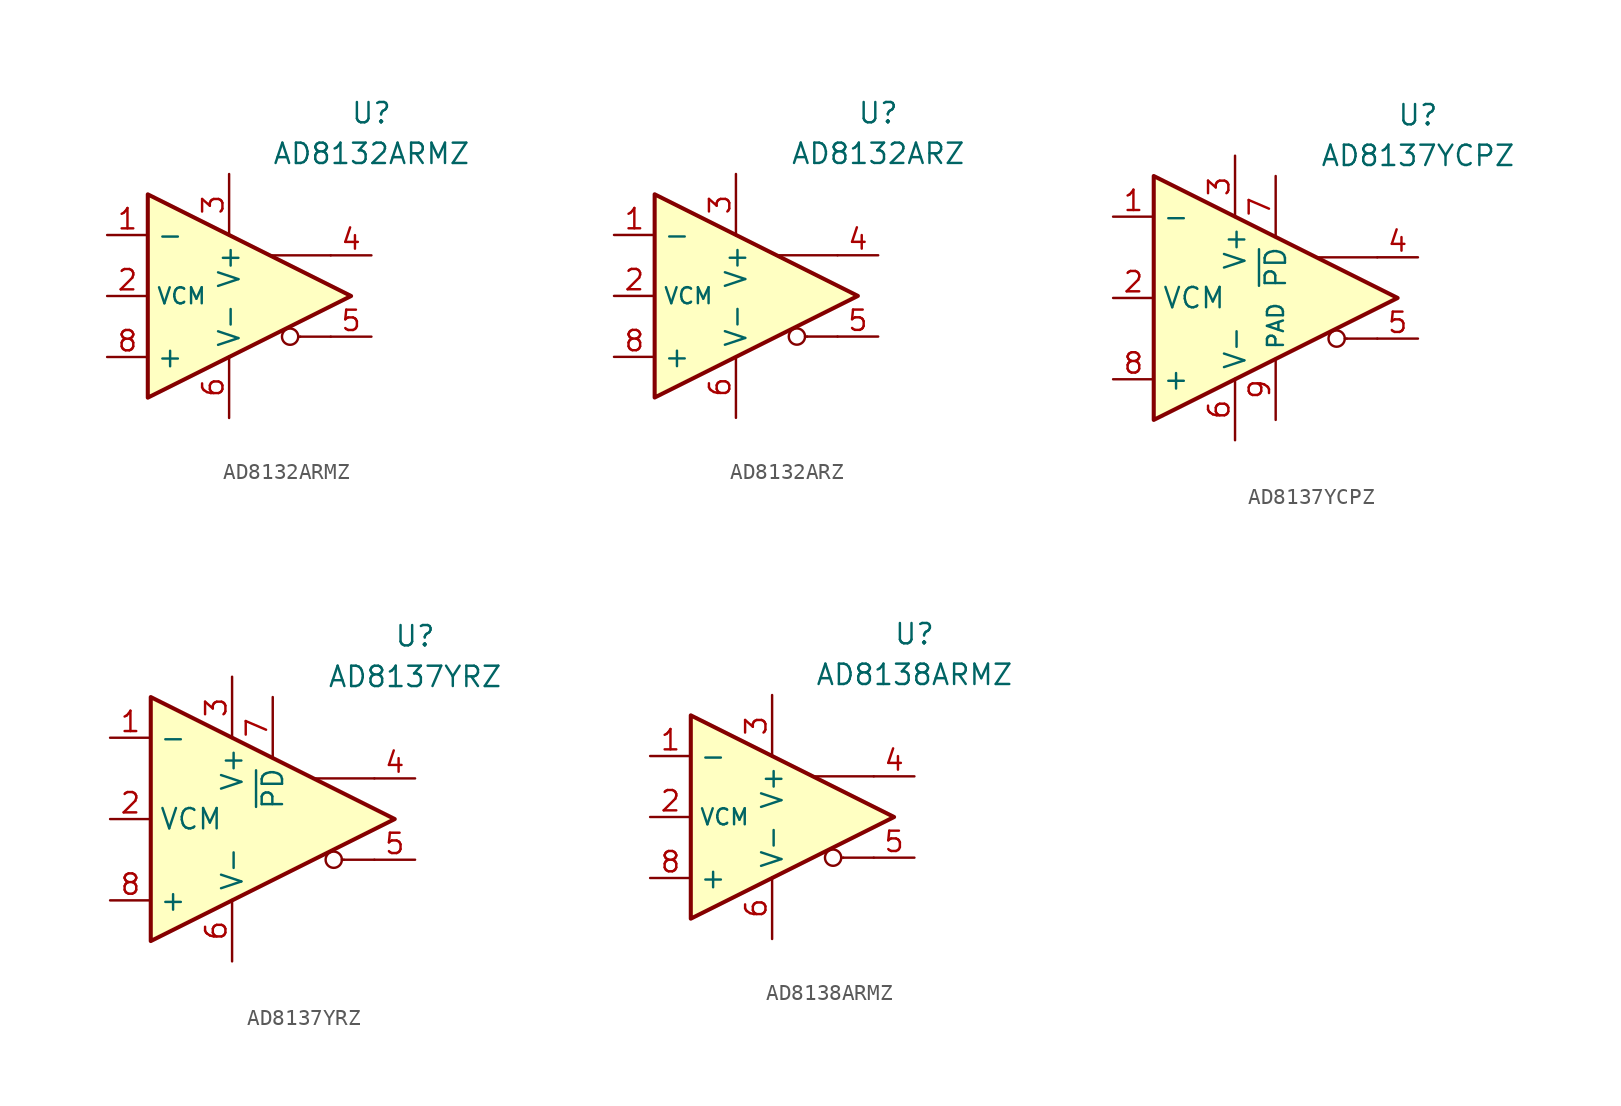
<source format=kicad_sym>
(kicad_symbol_lib
  (version 20231120)
  (generator "kicad_symbol_editor")
  (generator_version "8.0")
  (symbol "AD8132ARMZ"
    (property "Reference" "U"
      (at 8.89 11.43 0)
      (effects (font (size 1.27 1.27))))
    (property "Value" "AD8132ARMZ"
      (at 8.89 8.89 0)
      (effects (font (size 1.27 1.27))))
    (symbol "AD8132ARMZ_0_0"
      (polyline (pts (xy 4.445 -2.54) (xy 4.318 -2.54)) (stroke (width 0.152) (type default)) (fill (type none)))
      (polyline (pts (xy 6.35 -2.54) (xy 4.445 -2.54)) (stroke (width 0.152) (type default)) (fill (type none)))
      (polyline (pts (xy 6.35 2.54) (xy 2.54 2.54)) (stroke (width 0.152) (type default)) (fill (type none)))
      (circle (center 3.81 -2.54) (radius 0.508) (stroke (width 0.152) (type default)) (fill (type none))))
    (symbol "AD8132ARMZ_0_1"
      (polyline (pts (xy -5.08 6.35) (xy -5.08 -6.35) (xy 7.62 0) (xy -5.08 6.35)) (stroke (width 0.254) (type default)) (fill (type background))))
    (symbol "AD8132ARMZ_1_1"
      (pin input line (at -7.62 3.81 0) (length 2.54) (name "-" (effects (font (size 1.27 1.27)))) (number "1" (effects (font (size 1.27 1.27)))))
      (pin input line (at -7.62 0 0) (length 2.54) (name "VCM" (effects (font (size 1 1)))) (number "2" (effects (font (size 1.27 1.27)))))
      (pin power_in line (at 0 7.62 270) (length 3.84) (name "V+" (effects (font (size 1.27 1.27)))) (number "3" (effects (font (size 1.27 1.27)))))
      (pin output line (at 8.89 2.54 180) (length 2.54) (name "~" (effects (font (size 1.27 1.27)))) (number "4" (effects (font (size 1.27 1.27)))))
      (pin output line (at 8.89 -2.54 180) (length 2.54) (name "~" (effects (font (size 1.27 1.27)))) (number "5" (effects (font (size 1.27 1.27)))))
      (pin power_in line (at 0 -7.62 90) (length 3.84) (name "V-" (effects (font (size 1.27 1.27)))) (number "6" (effects (font (size 1.27 1.27)))))
      (pin free line (at 0 0 0) (length 2.54) hide (name "NC" (effects (font (size 1.27 1.27)))) (number "7" (effects (font (size 1.27 1.27)))))
      (pin input line (at -7.62 -3.81 0) (length 2.54) (name "+" (effects (font (size 1.27 1.27)))) (number "8" (effects (font (size 1.27 1.27)))))))
  (symbol "AD8132ARZ"
    (property "Reference" "U"
      (at 8.89 11.43 0)
      (effects (font (size 1.27 1.27))))
    (property "Value" "AD8132ARZ"
      (at 8.89 8.89 0)
      (effects (font (size 1.27 1.27))))
    (symbol "AD8132ARZ_0_0"
      (polyline (pts (xy 4.445 -2.54) (xy 4.318 -2.54)) (stroke (width 0.152) (type default)) (fill (type none)))
      (polyline (pts (xy 6.35 -2.54) (xy 4.445 -2.54)) (stroke (width 0.152) (type default)) (fill (type none)))
      (polyline (pts (xy 6.35 2.54) (xy 2.54 2.54)) (stroke (width 0.152) (type default)) (fill (type none)))
      (circle (center 3.81 -2.54) (radius 0.508) (stroke (width 0.152) (type default)) (fill (type none))))
    (symbol "AD8132ARZ_0_1"
      (polyline (pts (xy -5.08 6.35) (xy -5.08 -6.35) (xy 7.62 0) (xy -5.08 6.35)) (stroke (width 0.254) (type default)) (fill (type background))))
    (symbol "AD8132ARZ_1_1"
      (pin input line (at -7.62 3.81 0) (length 2.54) (name "-" (effects (font (size 1.27 1.27)))) (number "1" (effects (font (size 1.27 1.27)))))
      (pin input line (at -7.62 0 0) (length 2.54) (name "VCM" (effects (font (size 1 1)))) (number "2" (effects (font (size 1.27 1.27)))))
      (pin power_in line (at 0 7.62 270) (length 3.84) (name "V+" (effects (font (size 1.27 1.27)))) (number "3" (effects (font (size 1.27 1.27)))))
      (pin output line (at 8.89 2.54 180) (length 2.54) (name "~" (effects (font (size 1.27 1.27)))) (number "4" (effects (font (size 1.27 1.27)))))
      (pin output line (at 8.89 -2.54 180) (length 2.54) (name "~" (effects (font (size 1.27 1.27)))) (number "5" (effects (font (size 1.27 1.27)))))
      (pin power_in line (at 0 -7.62 90) (length 3.84) (name "V-" (effects (font (size 1.27 1.27)))) (number "6" (effects (font (size 1.27 1.27)))))
      (pin free line (at 0 0 0) (length 2.54) hide (name "NC" (effects (font (size 1.27 1.27)))) (number "7" (effects (font (size 1.27 1.27)))))
      (pin input line (at -7.62 -3.81 0) (length 2.54) (name "+" (effects (font (size 1.27 1.27)))) (number "8" (effects (font (size 1.27 1.27)))))))
  (symbol "AD8137YCPZ"
    (property "Reference" "U"
      (at 8.89 11.43 0)
      (effects (font (size 1.27 1.27))))
    (property "Value" "AD8137YCPZ"
      (at 8.89 8.89 0)
      (effects (font (size 1.27 1.27))))
    (symbol "AD8137YCPZ_0_0"
      (polyline (pts (xy 4.445 -2.54) (xy 4.318 -2.54)) (stroke (width 0.152) (type default)) (fill (type none)))
      (polyline (pts (xy 6.35 -2.54) (xy 4.445 -2.54)) (stroke (width 0.152) (type default)) (fill (type none)))
      (polyline (pts (xy 6.35 2.54) (xy 2.54 2.54)) (stroke (width 0.152) (type default)) (fill (type none)))
      (circle (center 3.81 -2.54) (radius 0.508) (stroke (width 0.152) (type default)) (fill (type none))))
    (symbol "AD8137YCPZ_0_1"
      (polyline (pts (xy -7.62 7.62) (xy -7.62 -7.62) (xy 7.62 0) (xy -7.62 7.62)) (stroke (width 0.254) (type default)) (fill (type background))))
    (symbol "AD8137YCPZ_1_1"
      (pin input line (at -10.16 5.08 0) (length 2.54) (name "-" (effects (font (size 1.27 1.27)))) (number "1" (effects (font (size 1.27 1.27)))))
      (pin input line (at -10.16 0 0) (length 2.54) (name "VCM" (effects (font (size 1.27 1.27)))) (number "2" (effects (font (size 1.27 1.27)))))
      (pin power_in line (at -2.54 8.89 270) (length 3.84) (name "V+" (effects (font (size 1.27 1.27)))) (number "3" (effects (font (size 1.27 1.27)))))
      (pin output line (at 8.89 2.54 180) (length 2.54) (name "~" (effects (font (size 1.27 1.27)))) (number "4" (effects (font (size 1.27 1.27)))))
      (pin output line (at 8.89 -2.54 180) (length 2.54) (name "~" (effects (font (size 1.27 1.27)))) (number "5" (effects (font (size 1.27 1.27)))))
      (pin power_in line (at -2.54 -8.89 90) (length 3.84) (name "V-" (effects (font (size 1.27 1.27)))) (number "6" (effects (font (size 1.27 1.27)))))
      (pin input line (at 0 7.62 270) (length 3.84) (name "~{PD}" (effects (font (size 1.27 1.27)))) (number "7" (effects (font (size 1.27 1.27)))))
      (pin input line (at -10.16 -5.08 0) (length 2.54) (name "+" (effects (font (size 1.27 1.27)))) (number "8" (effects (font (size 1.27 1.27)))))
      (pin power_in line (at 0 -7.62 90) (length 3.84) (name "PAD" (effects (font (size 1 1)))) (number "9" (effects (font (size 1.27 1.27)))))))
  (symbol "AD8137YRZ"
    (property "Reference" "U"
      (at 8.89 11.43 0)
      (effects (font (size 1.27 1.27))))
    (property "Value" "AD8137YRZ"
      (at 8.89 8.89 0)
      (effects (font (size 1.27 1.27))))
    (symbol "AD8137YRZ_0_0"
      (polyline (pts (xy 4.445 -2.54) (xy 4.318 -2.54)) (stroke (width 0.152) (type default)) (fill (type none)))
      (polyline (pts (xy 6.35 -2.54) (xy 4.445 -2.54)) (stroke (width 0.152) (type default)) (fill (type none)))
      (polyline (pts (xy 6.35 2.54) (xy 2.54 2.54)) (stroke (width 0.152) (type default)) (fill (type none)))
      (circle (center 3.81 -2.54) (radius 0.508) (stroke (width 0.152) (type default)) (fill (type none))))
    (symbol "AD8137YRZ_0_1"
      (polyline (pts (xy -7.62 7.62) (xy -7.62 -7.62) (xy 7.62 0) (xy -7.62 7.62)) (stroke (width 0.254) (type default)) (fill (type background))))
    (symbol "AD8137YRZ_1_1"
      (pin input line (at -10.16 5.08 0) (length 2.54) (name "-" (effects (font (size 1.27 1.27)))) (number "1" (effects (font (size 1.27 1.27)))))
      (pin input line (at -10.16 0 0) (length 2.54) (name "VCM" (effects (font (size 1.27 1.27)))) (number "2" (effects (font (size 1.27 1.27)))))
      (pin power_in line (at -2.54 8.89 270) (length 3.84) (name "V+" (effects (font (size 1.27 1.27)))) (number "3" (effects (font (size 1.27 1.27)))))
      (pin output line (at 8.89 2.54 180) (length 2.54) (name "~" (effects (font (size 1.27 1.27)))) (number "4" (effects (font (size 1.27 1.27)))))
      (pin output line (at 8.89 -2.54 180) (length 2.54) (name "~" (effects (font (size 1.27 1.27)))) (number "5" (effects (font (size 1.27 1.27)))))
      (pin power_in line (at -2.54 -8.89 90) (length 3.84) (name "V-" (effects (font (size 1.27 1.27)))) (number "6" (effects (font (size 1.27 1.27)))))
      (pin input line (at 0 7.62 270) (length 3.84) (name "~{PD}" (effects (font (size 1.27 1.27)))) (number "7" (effects (font (size 1.27 1.27)))))
      (pin input line (at -10.16 -5.08 0) (length 2.54) (name "+" (effects (font (size 1.27 1.27)))) (number "8" (effects (font (size 1.27 1.27)))))))
  (symbol "AD8138ARMZ"
    (property "Reference" "U"
      (at 8.89 11.43 0)
      (effects (font (size 1.27 1.27))))
    (property "Value" "AD8138ARMZ"
      (at 8.89 8.89 0)
      (effects (font (size 1.27 1.27))))
    (symbol "AD8138ARMZ_0_0"
      (polyline (pts (xy 4.445 -2.54) (xy 4.318 -2.54)) (stroke (width 0.152) (type default)) (fill (type none)))
      (polyline (pts (xy 6.35 -2.54) (xy 4.445 -2.54)) (stroke (width 0.152) (type default)) (fill (type none)))
      (polyline (pts (xy 6.35 2.54) (xy 2.54 2.54)) (stroke (width 0.152) (type default)) (fill (type none)))
      (circle (center 3.81 -2.54) (radius 0.508) (stroke (width 0.152) (type default)) (fill (type none))))
    (symbol "AD8138ARMZ_0_1"
      (polyline (pts (xy -5.08 6.35) (xy -5.08 -6.35) (xy 7.62 0) (xy -5.08 6.35)) (stroke (width 0.254) (type default)) (fill (type background))))
    (symbol "AD8138ARMZ_1_1"
      (pin input line (at -7.62 3.81 0) (length 2.54) (name "-" (effects (font (size 1.27 1.27)))) (number "1" (effects (font (size 1.27 1.27)))))
      (pin input line (at -7.62 0 0) (length 2.54) (name "VCM" (effects (font (size 1 1)))) (number "2" (effects (font (size 1.27 1.27)))))
      (pin power_in line (at 0 7.62 270) (length 3.84) (name "V+" (effects (font (size 1.27 1.27)))) (number "3" (effects (font (size 1.27 1.27)))))
      (pin output line (at 8.89 2.54 180) (length 2.54) (name "~" (effects (font (size 1.27 1.27)))) (number "4" (effects (font (size 1.27 1.27)))))
      (pin output line (at 8.89 -2.54 180) (length 2.54) (name "~" (effects (font (size 1.27 1.27)))) (number "5" (effects (font (size 1.27 1.27)))))
      (pin power_in line (at 0 -7.62 90) (length 3.84) (name "V-" (effects (font (size 1.27 1.27)))) (number "6" (effects (font (size 1.27 1.27)))))
      (pin free line (at 0 0 0) (length 2.54) hide (name "NC" (effects (font (size 1.27 1.27)))) (number "7" (effects (font (size 1.27 1.27)))))
      (pin input line (at -7.62 -3.81 0) (length 2.54) (name "+" (effects (font (size 1.27 1.27)))) (number "8" (effects (font (size 1.27 1.27))))))))
</source>
